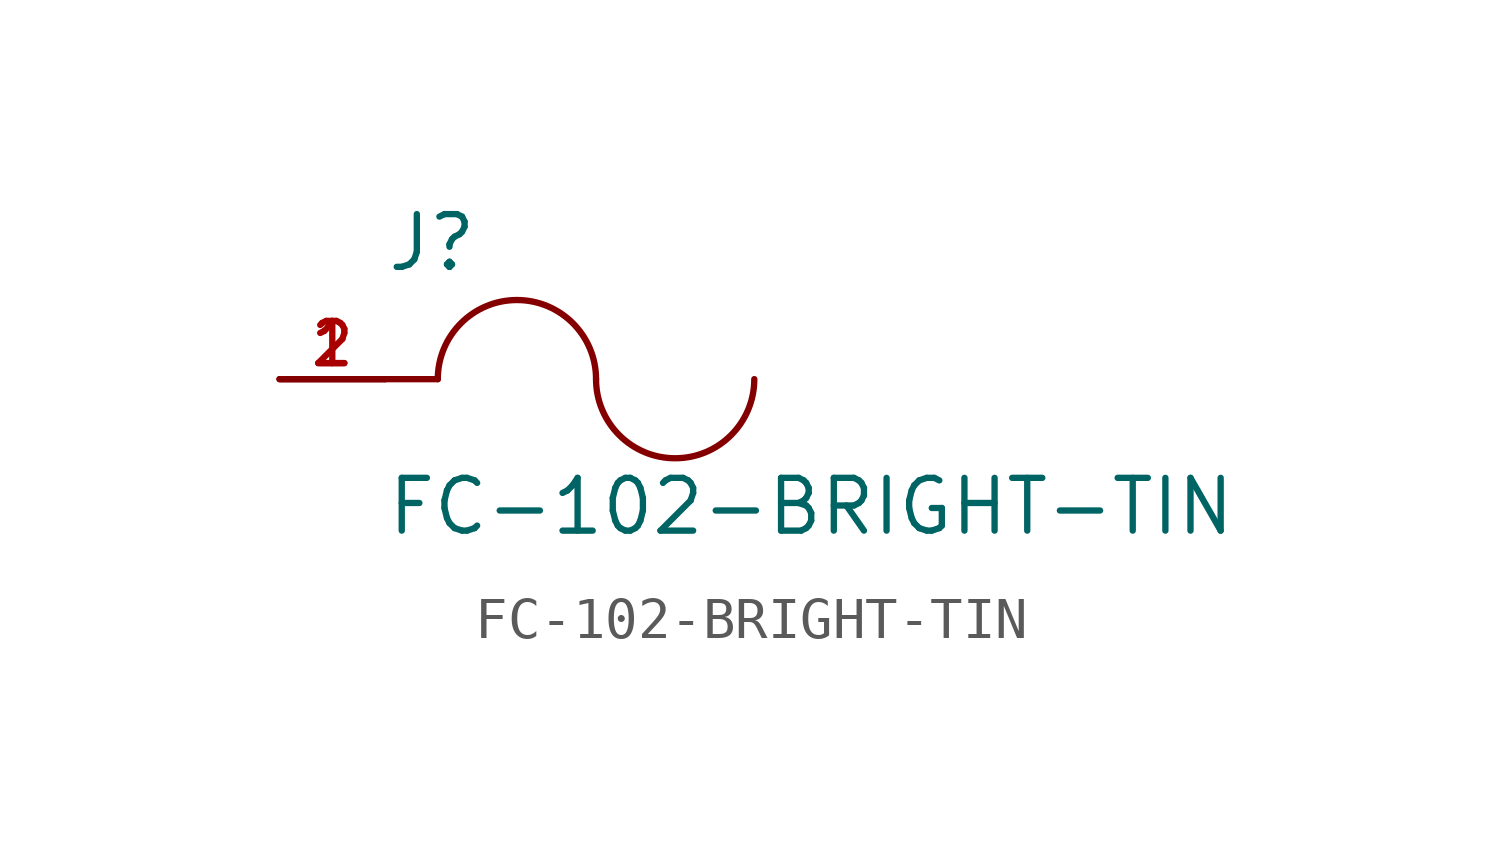
<source format=kicad_sym>
(kicad_symbol_lib
  (version 20211014)
  (generator kicad_symbol_editor)
  (symbol "FC-102-BRIGHT-TIN"
    (pin_names
      (offset 1.016))
    (property "Reference" "J"
      (at -5.08 2.54 0)
      (effects (font (size 1.27 1.27)) (justify bottom left)))
    (property "Value" "FC-102-BRIGHT-TIN"
      (at -5.08 -3.81 0)
      (effects (font (size 1.27 1.27)) (justify bottom left)))
    (symbol "FC-102-BRIGHT-TIN_0_0"
      (arc (start 0.0 0.0) (mid -1.905 1.905) (end -3.81 0.0) (stroke (width 0.1524) (type default) (color 0 0 0 0)) (fill (type none)))
      (arc (start 3.81 0.0) (mid 1.905 -1.905) (end 0.0 0.0) (stroke (width 0.1524) (type default) (color 0 0 0 0)) (fill (type none)))
      (polyline (pts (xy -5.08 0.0) (xy -3.81 0.0)) (stroke (width 0.152)))
      (pin passive line (at -7.62 0.0 0) (length 2.54) (name "~" (effects (font (size 1.016 1.016)))) (number "1" (effects (font (size 1.016 1.016)))))
      (pin passive line (at -7.62 0.0 0) (length 2.54) (name "~" (effects (font (size 1.016 1.016)))) (number "2" (effects (font (size 1.016 1.016))))))))
</source>
